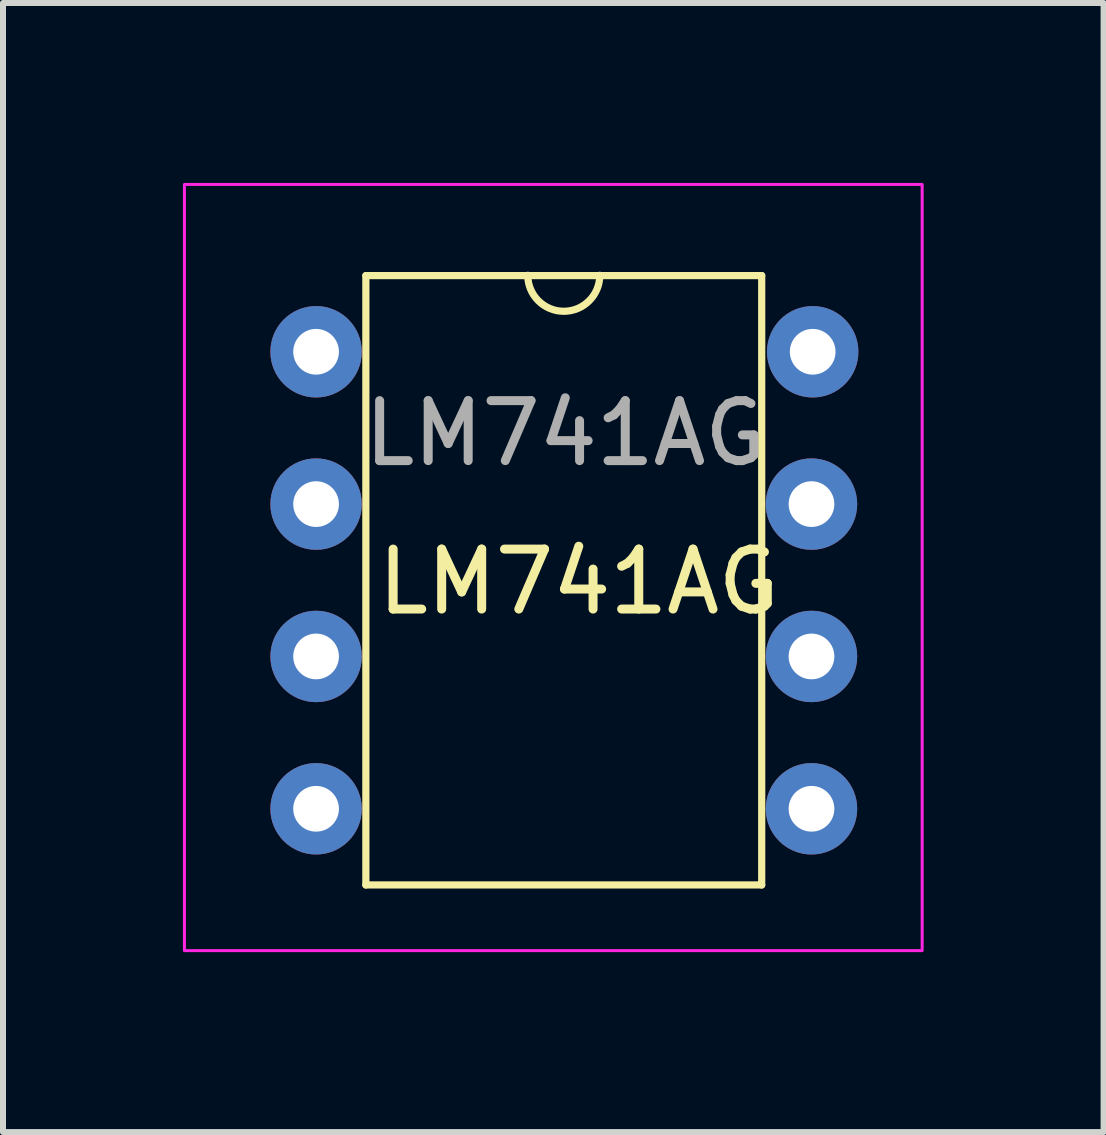
<source format=kicad_pcb>
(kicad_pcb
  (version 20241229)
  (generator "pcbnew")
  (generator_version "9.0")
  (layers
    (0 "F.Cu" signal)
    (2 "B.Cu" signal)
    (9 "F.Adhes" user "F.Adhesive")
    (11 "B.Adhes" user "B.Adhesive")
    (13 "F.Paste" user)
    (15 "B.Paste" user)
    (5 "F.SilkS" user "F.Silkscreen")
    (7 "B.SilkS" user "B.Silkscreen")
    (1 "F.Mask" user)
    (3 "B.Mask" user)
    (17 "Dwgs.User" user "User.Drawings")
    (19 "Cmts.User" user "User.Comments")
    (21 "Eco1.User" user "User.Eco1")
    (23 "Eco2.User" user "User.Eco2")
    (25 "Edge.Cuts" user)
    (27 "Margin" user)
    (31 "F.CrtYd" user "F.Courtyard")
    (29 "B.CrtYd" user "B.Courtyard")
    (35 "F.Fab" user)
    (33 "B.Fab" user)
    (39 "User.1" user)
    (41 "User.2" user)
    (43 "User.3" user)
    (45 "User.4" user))
  (footprint "LM741AG"
    (layer "F.Cu")
    (at 6.35 6.625)
    (property "Reference" "LM741AG" (at 0.25 0.025 0) (unlocked yes) (layer "F.SilkS") (effects (font (size 1 1) (thickness 0.15))))
    (attr through_hole)
    (fp_line (start -3.3 -5.08) (end -3.3 5.08) (stroke (width 0.12) (type solid)) (layer "F.SilkS"))
    (fp_line (start -3.3 -5.08) (end 3.3 -5.08) (stroke (width 0.12) (type solid)) (layer "F.SilkS"))
    (fp_line (start -3.3 5.08) (end 3.3 5.08) (stroke (width 0.12) (type solid)) (layer "F.SilkS"))
    (fp_line (start 3.3 -5.08) (end 3.3 5.08) (stroke (width 0.12) (type solid)) (layer "F.SilkS"))
    (fp_arc (start 0.599999 -5.085) (mid 0.0001 -4.47998) (end -0.600001 -5.0848) (stroke (width 0.12) (type solid)) (layer "F.SilkS"))
    (fp_rect (start -6.325 -6.6) (end 5.975 6.175) (stroke (width 0.05) (type solid)) (fill no) (layer "F.CrtYd"))
    (fp_text user "${REFERENCE}" (at 0.025 -2.45 0) (unlocked yes) (layer "F.Fab") (effects (font (size 1 1) (thickness 0.15))))
    (pad "1" thru_hole circle (at -4.13 -3.81) (size 1.524 1.524) (drill 0.762) (layers "*.Cu" "*.Mask"))
    (pad "2" thru_hole circle (at -4.13 -1.27) (size 1.524 1.524) (drill 0.762) (layers "*.Cu" "*.Mask"))
    (pad "3" thru_hole circle (at -4.13 1.27) (size 1.524 1.524) (drill 0.762) (layers "*.Cu" "*.Mask"))
    (pad "4" thru_hole circle (at -4.13 3.81) (size 1.524 1.524) (drill 0.762) (layers "*.Cu" "*.Mask"))
    (pad "5" thru_hole circle (at 4.13 3.81) (size 1.524 1.524) (drill 0.762) (layers "*.Cu" "*.Mask"))
    (pad "6" thru_hole circle (at 4.13 1.27) (size 1.524 1.524) (drill 0.762) (layers "*.Cu" "*.Mask"))
    (pad "7" thru_hole circle (at 4.13 -1.27) (size 1.524 1.524) (drill 0.762) (layers "*.Cu" "*.Mask"))
    (pad "8" thru_hole circle (at 4.15 -3.81) (size 1.524 1.524) (drill 0.762) (layers "*.Cu" "*.Mask")))
  (gr_rect
    (start -3 -3)
    (end 15.35 15.825)
    (stroke (width 0.1) (type default))
    (fill no)
    (layer "Edge.Cuts")))
</source>
